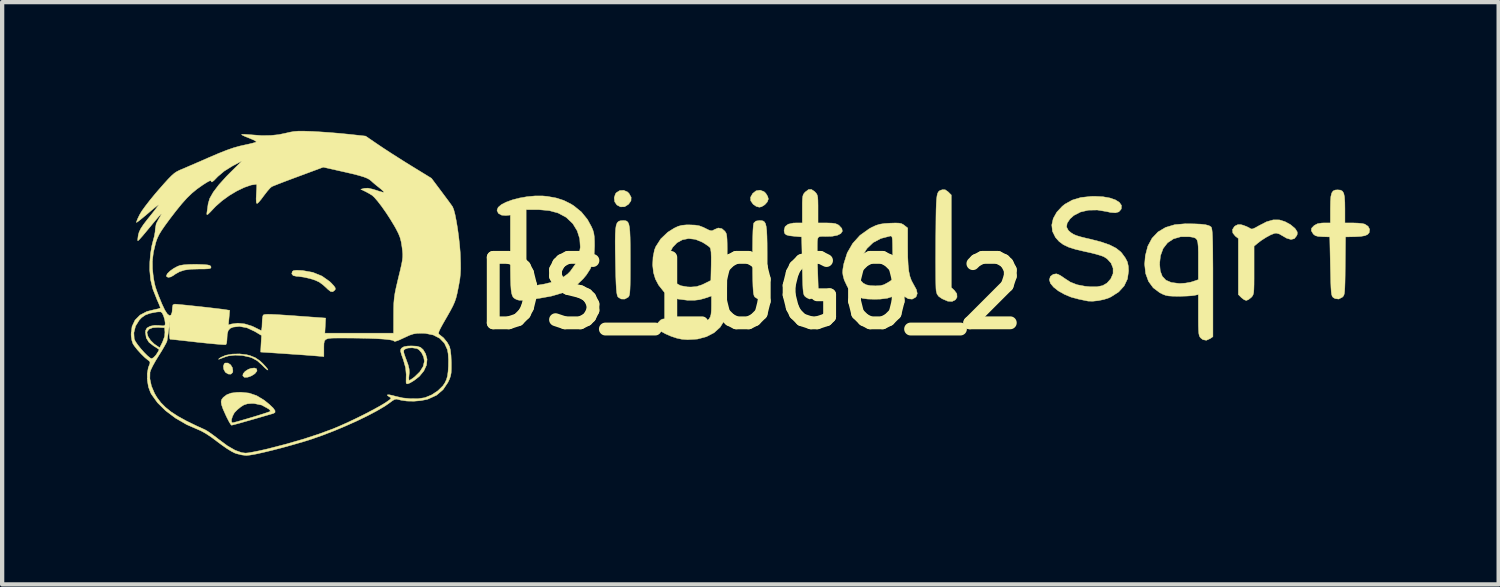
<source format=kicad_pcb>
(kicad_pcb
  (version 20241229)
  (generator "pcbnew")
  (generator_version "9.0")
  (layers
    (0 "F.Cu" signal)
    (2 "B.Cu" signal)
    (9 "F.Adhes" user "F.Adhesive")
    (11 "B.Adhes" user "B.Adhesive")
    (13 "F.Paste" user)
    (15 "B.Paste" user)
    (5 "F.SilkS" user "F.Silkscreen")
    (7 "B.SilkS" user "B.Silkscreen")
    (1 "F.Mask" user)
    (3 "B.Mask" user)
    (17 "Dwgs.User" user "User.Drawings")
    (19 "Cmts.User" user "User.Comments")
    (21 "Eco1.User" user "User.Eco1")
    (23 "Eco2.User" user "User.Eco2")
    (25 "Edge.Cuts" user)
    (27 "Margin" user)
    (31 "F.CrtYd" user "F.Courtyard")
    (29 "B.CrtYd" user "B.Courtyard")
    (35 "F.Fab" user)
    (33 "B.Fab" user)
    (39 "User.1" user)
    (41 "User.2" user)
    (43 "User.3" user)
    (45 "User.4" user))
  (footprint "DS_LOGO_2"
    (layer "F.Cu")
    (at 14.43 3.782)
    (property "Reference" "DS_LOGO_2" (at 0 0 0) (layer "F.SilkS") (effects (font (size 1.524 1.524) (thickness 0.3))))
    (attr through_hole)
    (fp_poly (pts (xy -12.167 1.627) (xy -12.107 1.668) (xy -12.065 1.735) (xy -12.053 1.812) (xy -12.061 1.848) (xy -12.1 1.885) (xy -12.16 1.884) (xy -12.222 1.847) (xy -12.23 1.839) (xy -12.266 1.774) (xy -12.275 1.702) (xy -12.256 1.644) (xy -12.233 1.626) (xy -12.167 1.627)) (stroke (width 0.01) (type solid)) (fill yes) (layer "F.SilkS"))
    (fp_poly (pts (xy -11.502 1.761) (xy -11.492 1.806) (xy -11.495 1.816) (xy -11.54 1.873) (xy -11.618 1.924) (xy -11.705 1.956) (xy -11.779 1.96) (xy -11.79 1.957) (xy -11.823 1.923) (xy -11.814 1.875) (xy -11.769 1.822) (xy -11.697 1.775) (xy -11.635 1.752) (xy -11.554 1.742) (xy -11.502 1.761)) (stroke (width 0.01) (type solid)) (fill yes) (layer "F.SilkS"))
    (fp_poly (pts (xy -2.86 -2.36) (xy -2.824 -2.325) (xy -2.774 -2.235) (xy -2.778 -2.154) (xy -2.835 -2.073) (xy -2.835 -2.073) (xy -2.926 -2.015) (xy -3.022 -2.012) (xy -3.106 -2.056) (xy -3.157 -2.13) (xy -3.169 -2.223) (xy -3.14 -2.314) (xy -3.119 -2.342) (xy -3.04 -2.392) (xy -2.947 -2.397) (xy -2.86 -2.36)) (stroke (width 0.01) (type solid)) (fill yes) (layer "F.SilkS"))
    (fp_poly (pts (xy 0.321 -2.367) (xy 0.365 -2.325) (xy 0.406 -2.257) (xy 0.423 -2.197) (xy 0.423 -2.196) (xy 0.399 -2.129) (xy 0.341 -2.063) (xy 0.266 -2.016) (xy 0.212 -2.004) (xy 0.141 -2.023) (xy 0.072 -2.071) (xy 0.069 -2.073) (xy 0.012 -2.154) (xy 0.008 -2.235) (xy 0.058 -2.324) (xy 0.058 -2.325) (xy 0.138 -2.387) (xy 0.231 -2.401) (xy 0.321 -2.367)) (stroke (width 0.01) (type solid)) (fill yes) (layer "F.SilkS"))
    (fp_poly (pts (xy -10.471 -0.531) (xy -10.432 -0.529) (xy -10.192 -0.486) (xy -9.978 -0.399) (xy -9.797 -0.271) (xy -9.764 -0.239) (xy -9.698 -0.168) (xy -9.668 -0.122) (xy -9.668 -0.089) (xy -9.679 -0.072) (xy -9.726 -0.035) (xy -9.776 -0.04) (xy -9.841 -0.091) (xy -9.865 -0.115) (xy -9.945 -0.188) (xy -10.032 -0.253) (xy -10.043 -0.26) (xy -10.135 -0.303) (xy -10.262 -0.343) (xy -10.401 -0.374) (xy -10.531 -0.392) (xy -10.573 -0.394) (xy -10.649 -0.411) (xy -10.682 -0.452) (xy -10.668 -0.508) (xy -10.639 -0.527) (xy -10.577 -0.535) (xy -10.471 -0.531)) (stroke (width 0.01) (type solid)) (fill yes) (layer "F.SilkS"))
    (fp_poly (pts (xy -11.731 1.434) (xy -11.656 1.453) (xy -11.531 1.503) (xy -11.424 1.576) (xy -11.356 1.64) (xy -11.291 1.71) (xy -11.248 1.764) (xy -11.236 1.791) (xy -11.236 1.791) (xy -11.261 1.779) (xy -11.312 1.736) (xy -11.376 1.672) (xy -11.487 1.572) (xy -11.605 1.508) (xy -11.659 1.489) (xy -11.828 1.452) (xy -12.001 1.443) (xy -12.158 1.461) (xy -12.22 1.479) (xy -12.303 1.51) (xy -12.371 1.536) (xy -12.375 1.537) (xy -12.39 1.537) (xy -12.361 1.513) (xy -12.333 1.494) (xy -12.217 1.445) (xy -12.066 1.418) (xy -11.898 1.414) (xy -11.731 1.434)) (stroke (width 0.01) (type solid)) (fill yes) (layer "F.SilkS"))
    (fp_poly (pts (xy -12.87 -0.672) (xy -12.735 -0.667) (xy -12.648 -0.66) (xy -12.596 -0.649) (xy -12.572 -0.632) (xy -12.564 -0.614) (xy -12.565 -0.592) (xy -12.584 -0.577) (xy -12.631 -0.569) (xy -12.715 -0.565) (xy -12.846 -0.564) (xy -12.85 -0.564) (xy -13.037 -0.559) (xy -13.181 -0.539) (xy -13.298 -0.501) (xy -13.399 -0.444) (xy -13.43 -0.42) (xy -13.5 -0.38) (xy -13.561 -0.369) (xy -13.598 -0.388) (xy -13.603 -0.407) (xy -13.58 -0.456) (xy -13.519 -0.516) (xy -13.435 -0.576) (xy -13.343 -0.626) (xy -13.283 -0.648) (xy -13.202 -0.661) (xy -13.084 -0.67) (xy -12.947 -0.673) (xy -12.87 -0.672)) (stroke (width 0.01) (type solid)) (fill yes) (layer "F.SilkS"))
    (fp_poly (pts (xy 4.542 -2.411) (xy 4.607 -2.366) (xy 4.614 -2.36) (xy 4.685 -2.289) (xy 4.685 -0.133) (xy 4.755 -0.068) (xy 4.814 0.012) (xy 4.819 0.092) (xy 4.782 0.153) (xy 4.704 0.192) (xy 4.601 0.185) (xy 4.479 0.132) (xy 4.468 0.126) (xy 4.392 0.074) (xy 4.353 0.02) (xy 4.333 -0.057) (xy 4.332 -0.064) (xy 4.328 -0.119) (xy 4.325 -0.223) (xy 4.323 -0.37) (xy 4.322 -0.552) (xy 4.321 -0.761) (xy 4.322 -0.992) (xy 4.323 -1.236) (xy 4.323 -1.248) (xy 4.326 -1.528) (xy 4.328 -1.758) (xy 4.331 -1.942) (xy 4.336 -2.085) (xy 4.343 -2.193) (xy 4.353 -2.272) (xy 4.367 -2.327) (xy 4.385 -2.362) (xy 4.409 -2.385) (xy 4.438 -2.399) (xy 4.474 -2.41) (xy 4.48 -2.412) (xy 4.542 -2.411)) (stroke (width 0.01) (type solid)) (fill yes) (layer "F.SilkS"))
    (fp_poly (pts (xy 0.261 -1.692) (xy 0.301 -1.683) (xy 0.332 -1.661) (xy 0.356 -1.621) (xy 0.372 -1.556) (xy 0.384 -1.462) (xy 0.39 -1.332) (xy 0.394 -1.161) (xy 0.395 -0.943) (xy 0.395 -0.76) (xy 0.395 -0.524) (xy 0.394 -0.338) (xy 0.392 -0.196) (xy 0.388 -0.091) (xy 0.383 -0.017) (xy 0.375 0.034) (xy 0.365 0.066) (xy 0.352 0.086) (xy 0.344 0.094) (xy 0.264 0.136) (xy 0.179 0.134) (xy 0.11 0.09) (xy 0.1 0.077) (xy 0.087 0.048) (xy 0.077 0.003) (xy 0.07 -0.066) (xy 0.064 -0.164) (xy 0.06 -0.298) (xy 0.057 -0.474) (xy 0.056 -0.699) (xy 0.056 -0.783) (xy 0.056 -1.061) (xy 0.059 -1.286) (xy 0.064 -1.456) (xy 0.072 -1.571) (xy 0.082 -1.631) (xy 0.084 -1.636) (xy 0.133 -1.681) (xy 0.211 -1.693) (xy 0.261 -1.692)) (stroke (width 0.01) (type solid)) (fill yes) (layer "F.SilkS"))
    (fp_poly (pts (xy -2.913 -1.691) (xy -2.878 -1.68) (xy -2.85 -1.654) (xy -2.829 -1.609) (xy -2.814 -1.538) (xy -2.804 -1.436) (xy -2.798 -1.297) (xy -2.795 -1.115) (xy -2.794 -0.885) (xy -2.794 -0.76) (xy -2.794 -0.524) (xy -2.795 -0.338) (xy -2.797 -0.196) (xy -2.801 -0.091) (xy -2.806 -0.017) (xy -2.814 0.034) (xy -2.824 0.066) (xy -2.837 0.086) (xy -2.846 0.094) (xy -2.924 0.136) (xy -3.008 0.135) (xy -3.075 0.093) (xy -3.087 0.078) (xy -3.099 0.045) (xy -3.11 -0.013) (xy -3.119 -0.101) (xy -3.126 -0.226) (xy -3.132 -0.392) (xy -3.137 -0.605) (xy -3.14 -0.764) (xy -3.145 -1.017) (xy -3.146 -1.22) (xy -3.143 -1.377) (xy -3.136 -1.495) (xy -3.123 -1.579) (xy -3.102 -1.636) (xy -3.073 -1.669) (xy -3.035 -1.686) (xy -2.986 -1.692) (xy -2.958 -1.693) (xy -2.913 -1.691)) (stroke (width 0.01) (type solid)) (fill yes) (layer "F.SilkS"))
    (fp_poly (pts (xy 12.329 -1.708) (xy 12.33 -1.708) (xy 12.46 -1.668) (xy 12.587 -1.599) (xy 12.688 -1.515) (xy 12.709 -1.49) (xy 12.746 -1.427) (xy 12.746 -1.374) (xy 12.734 -1.342) (xy 12.679 -1.272) (xy 12.6 -1.252) (xy 12.497 -1.283) (xy 12.425 -1.325) (xy 12.328 -1.381) (xy 12.256 -1.4) (xy 12.22 -1.396) (xy 12.131 -1.362) (xy 12.02 -1.302) (xy 11.905 -1.228) (xy 11.828 -1.169) (xy 11.74 -1.096) (xy 11.74 -0.532) (xy 11.74 -0.341) (xy 11.739 -0.198) (xy 11.736 -0.094) (xy 11.731 -0.023) (xy 11.721 0.025) (xy 11.707 0.057) (xy 11.688 0.083) (xy 11.671 0.1) (xy 11.612 0.147) (xy 11.56 0.169) (xy 11.557 0.169) (xy 11.508 0.151) (xy 11.448 0.105) (xy 11.443 0.1) (xy 11.374 0.031) (xy 11.374 -1.276) (xy 11.303 -1.331) (xy 11.245 -1.404) (xy 11.237 -1.482) (xy 11.281 -1.552) (xy 11.304 -1.57) (xy 11.365 -1.599) (xy 11.428 -1.599) (xy 11.481 -1.585) (xy 11.565 -1.554) (xy 11.633 -1.52) (xy 11.639 -1.515) (xy 11.674 -1.497) (xy 11.714 -1.5) (xy 11.774 -1.528) (xy 11.85 -1.571) (xy 12.03 -1.664) (xy 12.187 -1.709) (xy 12.329 -1.708)) (stroke (width 0.01) (type solid)) (fill yes) (layer "F.SilkS"))
    (fp_poly (pts (xy -7.768 1.235) (xy -7.684 1.26) (xy -7.622 1.314) (xy -7.567 1.405) (xy -7.564 1.41) (xy -7.529 1.538) (xy -7.543 1.675) (xy -7.605 1.811) (xy -7.71 1.938) (xy -7.822 2.026) (xy -7.919 2.086) (xy -7.979 2.112) (xy -8.01 2.106) (xy -8.018 2.081) (xy -8.018 2.035) (xy -8.017 1.953) (xy -8.015 1.896) (xy -8.029 1.739) (xy -8.081 1.554) (xy -8.088 1.534) (xy -8.126 1.428) (xy -8.144 1.361) (xy -8.144 1.36) (xy -8.076 1.36) (xy -8.063 1.414) (xy -8.032 1.503) (xy -8.013 1.552) (xy -7.969 1.674) (xy -7.947 1.766) (xy -7.943 1.848) (xy -7.948 1.898) (xy -7.955 1.975) (xy -7.951 2.024) (xy -7.945 2.032) (xy -7.913 2.016) (xy -7.853 1.975) (xy -7.816 1.946) (xy -7.698 1.831) (xy -7.621 1.708) (xy -7.592 1.588) (xy -7.592 1.58) (xy -7.61 1.483) (xy -7.656 1.388) (xy -7.718 1.316) (xy -7.768 1.288) (xy -7.876 1.272) (xy -7.977 1.278) (xy -8.049 1.305) (xy -8.05 1.305) (xy -8.07 1.328) (xy -8.076 1.36) (xy -8.144 1.36) (xy -8.146 1.32) (xy -8.132 1.291) (xy -8.117 1.275) (xy -8.067 1.246) (xy -7.983 1.231) (xy -7.891 1.228) (xy -7.768 1.235)) (stroke (width 0.01) (type solid)) (fill yes) (layer "F.SilkS"))
    (fp_poly (pts (xy -11.676 2.327) (xy -11.5 2.387) (xy -11.325 2.493) (xy -11.204 2.591) (xy -11.114 2.677) (xy -11.071 2.739) (xy -11.073 2.78) (xy -11.113 2.802) (xy -11.155 2.814) (xy -11.242 2.839) (xy -11.363 2.874) (xy -11.506 2.916) (xy -11.611 2.946) (xy -11.763 2.989) (xy -11.895 3.027) (xy -12 3.055) (xy -12.067 3.072) (xy -12.086 3.076) (xy -12.108 3.052) (xy -12.14 2.998) (xy -12.087 2.998) (xy -12.067 3.02) (xy -12.03 3.012) (xy -11.949 2.991) (xy -11.835 2.958) (xy -11.697 2.918) (xy -11.616 2.894) (xy -11.471 2.85) (xy -11.346 2.81) (xy -11.25 2.779) (xy -11.193 2.758) (xy -11.182 2.753) (xy -11.189 2.726) (xy -11.22 2.696) (xy -11.38 2.607) (xy -11.557 2.57) (xy -11.606 2.568) (xy -11.716 2.576) (xy -11.8 2.604) (xy -11.871 2.649) (xy -11.948 2.712) (xy -12.011 2.776) (xy -12.026 2.797) (xy -12.063 2.87) (xy -12.085 2.943) (xy -12.087 2.998) (xy -12.14 2.998) (xy -12.146 2.988) (xy -12.194 2.895) (xy -12.222 2.836) (xy -12.283 2.699) (xy -12.317 2.601) (xy -12.328 2.531) (xy -12.316 2.479) (xy -12.282 2.433) (xy -12.276 2.426) (xy -12.195 2.365) (xy -12.095 2.327) (xy -11.961 2.31) (xy -11.863 2.308) (xy -11.676 2.327)) (stroke (width 0.01) (type solid)) (fill yes) (layer "F.SilkS"))
    (fp_poly (pts (xy 13.753 -2.402) (xy 13.799 -2.378) (xy 13.829 -2.328) (xy 13.847 -2.244) (xy 13.855 -2.118) (xy 13.857 -1.97) (xy 13.857 -1.637) (xy 14.053 -1.637) (xy 14.163 -1.633) (xy 14.26 -1.623) (xy 14.319 -1.61) (xy 14.396 -1.559) (xy 14.433 -1.489) (xy 14.423 -1.414) (xy 14.422 -1.411) (xy 14.385 -1.369) (xy 14.323 -1.341) (xy 14.224 -1.324) (xy 14.081 -1.316) (xy 14.059 -1.316) (xy 13.871 -1.312) (xy 13.864 -0.635) (xy 13.862 -0.422) (xy 13.859 -0.258) (xy 13.855 -0.137) (xy 13.85 -0.05) (xy 13.843 0.009) (xy 13.832 0.047) (xy 13.818 0.071) (xy 13.8 0.089) (xy 13.798 0.092) (xy 13.712 0.136) (xy 13.628 0.125) (xy 13.587 0.101) (xy 13.57 0.085) (xy 13.557 0.061) (xy 13.546 0.021) (xy 13.538 -0.041) (xy 13.532 -0.132) (xy 13.527 -0.259) (xy 13.523 -0.43) (xy 13.518 -0.626) (xy 13.504 -1.312) (xy 13.336 -1.317) (xy 13.232 -1.324) (xy 13.167 -1.342) (xy 13.123 -1.376) (xy 13.117 -1.384) (xy 13.074 -1.456) (xy 13.08 -1.515) (xy 13.139 -1.576) (xy 13.141 -1.578) (xy 13.218 -1.619) (xy 13.321 -1.636) (xy 13.367 -1.637) (xy 13.518 -1.637) (xy 13.518 -1.97) (xy 13.521 -2.138) (xy 13.53 -2.257) (xy 13.55 -2.336) (xy 13.582 -2.382) (xy 13.631 -2.404) (xy 13.688 -2.408) (xy 13.753 -2.402)) (stroke (width 0.01) (type solid)) (fill yes) (layer "F.SilkS"))
    (fp_poly (pts (xy 1.499 -2.37) (xy 1.511 -2.358) (xy 1.541 -2.325) (xy 1.561 -2.288) (xy 1.573 -2.237) (xy 1.578 -2.159) (xy 1.58 -2.043) (xy 1.58 -1.963) (xy 1.58 -1.637) (xy 1.788 -1.637) (xy 1.908 -1.633) (xy 1.988 -1.621) (xy 2.046 -1.596) (xy 2.071 -1.578) (xy 2.135 -1.508) (xy 2.147 -1.444) (xy 2.11 -1.39) (xy 2.029 -1.35) (xy 1.908 -1.327) (xy 1.795 -1.324) (xy 1.688 -1.325) (xy 1.624 -1.321) (xy 1.591 -1.306) (xy 1.575 -1.278) (xy 1.569 -1.255) (xy 1.564 -1.205) (xy 1.562 -1.109) (xy 1.562 -0.975) (xy 1.564 -0.815) (xy 1.568 -0.636) (xy 1.57 -0.594) (xy 1.589 -0.006) (xy 1.515 0.068) (xy 1.442 0.126) (xy 1.379 0.135) (xy 1.308 0.098) (xy 1.294 0.087) (xy 1.273 0.069) (xy 1.257 0.047) (xy 1.245 0.015) (xy 1.236 -0.035) (xy 1.229 -0.11) (xy 1.224 -0.218) (xy 1.22 -0.364) (xy 1.215 -0.558) (xy 1.214 -0.64) (xy 1.199 -1.312) (xy 1.03 -1.327) (xy 0.912 -1.34) (xy 0.84 -1.36) (xy 0.803 -1.394) (xy 0.791 -1.447) (xy 0.79 -1.468) (xy 0.814 -1.553) (xy 0.885 -1.608) (xy 1.004 -1.635) (xy 1.065 -1.637) (xy 1.214 -1.637) (xy 1.214 -1.963) (xy 1.214 -2.104) (xy 1.218 -2.2) (xy 1.226 -2.264) (xy 1.241 -2.307) (xy 1.266 -2.34) (xy 1.283 -2.358) (xy 1.358 -2.415) (xy 1.425 -2.419) (xy 1.499 -2.37)) (stroke (width 0.01) (type solid)) (fill yes) (layer "F.SilkS"))
    (fp_poly (pts (xy 10.341 -1.616) (xy 10.5 -1.609) (xy 10.614 -1.595) (xy 10.691 -1.574) (xy 10.736 -1.546) (xy 10.742 -1.539) (xy 10.751 -1.517) (xy 10.759 -1.476) (xy 10.766 -1.413) (xy 10.771 -1.322) (xy 10.775 -1.199) (xy 10.778 -1.038) (xy 10.779 -0.836) (xy 10.781 -0.588) (xy 10.781 -0.288) (xy 10.781 -0.236) (xy 10.781 1.013) (xy 10.718 1.057) (xy 10.628 1.097) (xy 10.548 1.082) (xy 10.499 1.044) (xy 10.478 1.019) (xy 10.463 0.987) (xy 10.453 0.939) (xy 10.447 0.865) (xy 10.443 0.757) (xy 10.442 0.606) (xy 10.442 0.509) (xy 10.442 0.03) (xy 10.351 0.05) (xy 10.282 0.059) (xy 10.176 0.066) (xy 10.048 0.07) (xy 9.977 0.071) (xy 9.843 0.069) (xy 9.749 0.063) (xy 9.677 0.048) (xy 9.61 0.022) (xy 9.54 -0.014) (xy 9.39 -0.127) (xy 9.281 -0.276) (xy 9.214 -0.459) (xy 9.191 -0.671) (xy 9.192 -0.69) (xy 9.539 -0.69) (xy 9.554 -0.519) (xy 9.602 -0.392) (xy 9.687 -0.303) (xy 9.812 -0.25) (xy 9.983 -0.228) (xy 10.021 -0.227) (xy 10.14 -0.235) (xy 10.262 -0.257) (xy 10.31 -0.271) (xy 10.442 -0.316) (xy 10.442 -0.775) (xy 10.442 -0.957) (xy 10.438 -1.091) (xy 10.429 -1.184) (xy 10.41 -1.245) (xy 10.378 -1.281) (xy 10.331 -1.3) (xy 10.265 -1.312) (xy 10.226 -1.316) (xy 10.031 -1.316) (xy 9.862 -1.267) (xy 9.724 -1.175) (xy 9.621 -1.042) (xy 9.559 -0.873) (xy 9.539 -0.69) (xy 9.192 -0.69) (xy 9.206 -0.871) (xy 9.264 -1.096) (xy 9.363 -1.281) (xy 9.502 -1.428) (xy 9.678 -1.533) (xy 9.892 -1.597) (xy 10.132 -1.618) (xy 10.341 -1.616)) (stroke (width 0.01) (type solid)) (fill yes) (layer "F.SilkS"))
    (fp_poly (pts (xy -4.725 -2.256) (xy -4.518 -2.218) (xy -4.346 -2.163) (xy -4.189 -2.085) (xy -4.114 -2.039) (xy -3.935 -1.894) (xy -3.793 -1.719) (xy -3.701 -1.552) (xy -3.666 -1.473) (xy -3.645 -1.4) (xy -3.633 -1.317) (xy -3.628 -1.205) (xy -3.627 -1.101) (xy -3.637 -0.889) (xy -3.668 -0.716) (xy -3.727 -0.566) (xy -3.818 -0.425) (xy -3.892 -0.336) (xy -4.034 -0.2) (xy -4.199 -0.09) (xy -4.393 -0.003) (xy -4.624 0.065) (xy -4.901 0.116) (xy -4.994 0.128) (xy -5.149 0.148) (xy -5.259 0.16) (xy -5.334 0.165) (xy -5.385 0.163) (xy -5.423 0.154) (xy -5.459 0.139) (xy -5.465 0.136) (xy -5.497 0.117) (xy -5.524 0.092) (xy -5.544 0.053) (xy -5.56 -0.003) (xy -5.572 -0.084) (xy -5.579 -0.195) (xy -5.584 -0.342) (xy -5.587 -0.53) (xy -5.588 -0.765) (xy -5.588 -0.926) (xy -5.588 -1.822) (xy -5.696 -1.811) (xy -5.795 -1.82) (xy -5.867 -1.861) (xy -5.898 -1.926) (xy -5.898 -1.937) (xy -5.894 -1.947) (xy -5.221 -1.947) (xy -5.221 -0.169) (xy -5.125 -0.169) (xy -5.052 -0.175) (xy -4.945 -0.189) (xy -4.823 -0.209) (xy -4.796 -0.214) (xy -4.576 -0.269) (xy -4.4 -0.344) (xy -4.257 -0.445) (xy -4.193 -0.509) (xy -4.068 -0.684) (xy -3.99 -0.875) (xy -3.959 -1.073) (xy -3.972 -1.269) (xy -4.031 -1.454) (xy -4.133 -1.621) (xy -4.279 -1.76) (xy -4.298 -1.774) (xy -4.474 -1.868) (xy -4.681 -1.925) (xy -4.926 -1.947) (xy -4.972 -1.947) (xy -5.221 -1.947) (xy -5.894 -1.947) (xy -5.872 -2.002) (xy -5.797 -2.065) (xy -5.684 -2.123) (xy -5.541 -2.175) (xy -5.376 -2.218) (xy -5.199 -2.249) (xy -5.018 -2.266) (xy -4.842 -2.267) (xy -4.725 -2.256)) (stroke (width 0.01) (type solid)) (fill yes) (layer "F.SilkS"))
    (fp_poly (pts (xy 3.467 -1.633) (xy 3.523 -1.622) (xy 3.567 -1.599) (xy 3.591 -1.581) (xy 3.669 -1.52) (xy 3.669 -1.074) (xy 3.671 -0.844) (xy 3.68 -0.66) (xy 3.695 -0.514) (xy 3.72 -0.397) (xy 3.755 -0.299) (xy 3.802 -0.211) (xy 3.81 -0.197) (xy 3.873 -0.082) (xy 3.892 0.006) (xy 3.869 0.075) (xy 3.85 0.097) (xy 3.774 0.138) (xy 3.683 0.129) (xy 3.587 0.071) (xy 3.565 0.052) (xy 3.506 -0.002) (xy 3.47 -0.019) (xy 3.439 -0.006) (xy 3.422 0.008) (xy 3.324 0.074) (xy 3.197 0.116) (xy 3.032 0.137) (xy 2.901 0.14) (xy 2.743 0.136) (xy 2.627 0.121) (xy 2.537 0.094) (xy 2.526 0.088) (xy 2.385 -0.005) (xy 2.27 -0.141) (xy 2.192 -0.306) (xy 2.186 -0.326) (xy 2.163 -0.414) (xy 2.161 -0.428) (xy 2.519 -0.428) (xy 2.556 -0.32) (xy 2.569 -0.301) (xy 2.632 -0.235) (xy 2.704 -0.196) (xy 2.802 -0.176) (xy 2.919 -0.171) (xy 3.029 -0.176) (xy 3.115 -0.198) (xy 3.206 -0.247) (xy 3.223 -0.258) (xy 3.362 -0.347) (xy 3.341 -0.505) (xy 3.333 -0.599) (xy 3.326 -0.73) (xy 3.321 -0.88) (xy 3.319 -1.002) (xy 3.317 -1.145) (xy 3.314 -1.24) (xy 3.307 -1.297) (xy 3.296 -1.325) (xy 3.277 -1.333) (xy 3.26 -1.332) (xy 3.042 -1.275) (xy 2.864 -1.18) (xy 2.722 -1.044) (xy 2.63 -0.899) (xy 2.557 -0.726) (xy 2.52 -0.566) (xy 2.519 -0.428) (xy 2.161 -0.428) (xy 2.154 -0.486) (xy 2.16 -0.566) (xy 2.179 -0.674) (xy 2.183 -0.693) (xy 2.261 -0.94) (xy 2.388 -1.16) (xy 2.559 -1.349) (xy 2.773 -1.502) (xy 2.839 -1.538) (xy 2.933 -1.581) (xy 3.023 -1.608) (xy 3.129 -1.624) (xy 3.258 -1.632) (xy 3.383 -1.636) (xy 3.467 -1.633)) (stroke (width 0.01) (type solid)) (fill yes) (layer "F.SilkS"))
    (fp_poly (pts (xy 8.219 -2.248) (xy 8.382 -2.219) (xy 8.511 -2.174) (xy 8.602 -2.116) (xy 8.65 -2.047) (xy 8.647 -1.971) (xy 8.638 -1.951) (xy 8.588 -1.896) (xy 8.508 -1.874) (xy 8.393 -1.883) (xy 8.305 -1.903) (xy 8.087 -1.939) (xy 7.88 -1.935) (xy 7.695 -1.892) (xy 7.54 -1.812) (xy 7.452 -1.733) (xy 7.385 -1.633) (xy 7.371 -1.544) (xy 7.411 -1.466) (xy 7.429 -1.448) (xy 7.481 -1.405) (xy 7.536 -1.371) (xy 7.605 -1.342) (xy 7.701 -1.313) (xy 7.834 -1.28) (xy 7.924 -1.26) (xy 8.175 -1.195) (xy 8.374 -1.126) (xy 8.525 -1.049) (xy 8.632 -0.964) (xy 8.657 -0.936) (xy 8.739 -0.824) (xy 8.788 -0.73) (xy 8.81 -0.631) (xy 8.816 -0.52) (xy 8.79 -0.333) (xy 8.713 -0.17) (xy 8.586 -0.031) (xy 8.409 0.083) (xy 8.352 0.11) (xy 8.244 0.145) (xy 8.114 0.172) (xy 7.985 0.186) (xy 7.88 0.184) (xy 7.86 0.181) (xy 7.801 0.169) (xy 7.711 0.15) (xy 7.648 0.137) (xy 7.477 0.091) (xy 7.318 0.024) (xy 7.179 -0.055) (xy 7.069 -0.142) (xy 6.996 -0.23) (xy 6.971 -0.313) (xy 6.995 -0.392) (xy 7.062 -0.44) (xy 7.134 -0.452) (xy 7.185 -0.435) (xy 7.259 -0.392) (xy 7.313 -0.354) (xy 7.457 -0.26) (xy 7.614 -0.198) (xy 7.802 -0.162) (xy 7.916 -0.151) (xy 8.084 -0.151) (xy 8.212 -0.177) (xy 8.312 -0.235) (xy 8.396 -0.329) (xy 8.403 -0.339) (xy 8.455 -0.459) (xy 8.455 -0.583) (xy 8.408 -0.701) (xy 8.316 -0.802) (xy 8.24 -0.851) (xy 8.174 -0.876) (xy 8.067 -0.908) (xy 7.934 -0.942) (xy 7.791 -0.973) (xy 7.582 -1.022) (xy 7.42 -1.073) (xy 7.295 -1.133) (xy 7.197 -1.206) (xy 7.116 -1.297) (xy 7.111 -1.304) (xy 7.043 -1.442) (xy 7.027 -1.59) (xy 7.061 -1.741) (xy 7.143 -1.888) (xy 7.271 -2.025) (xy 7.335 -2.076) (xy 7.504 -2.17) (xy 7.704 -2.23) (xy 7.942 -2.256) (xy 8.028 -2.258) (xy 8.219 -2.248)) (stroke (width 0.01) (type solid)) (fill yes) (layer "F.SilkS"))
    (fp_poly (pts (xy -1.282 -1.587) (xy -1.184 -1.57) (xy -1.092 -1.535) (xy -1.05 -1.514) (xy -0.965 -1.472) (xy -0.911 -1.455) (xy -0.873 -1.461) (xy -0.839 -1.481) (xy -0.745 -1.52) (xy -0.659 -1.504) (xy -0.592 -1.446) (xy -0.576 -1.424) (xy -0.562 -1.4) (xy -0.552 -1.367) (xy -0.545 -1.32) (xy -0.54 -1.253) (xy -0.537 -1.16) (xy -0.536 -1.033) (xy -0.537 -0.868) (xy -0.539 -0.659) (xy -0.542 -0.423) (xy -0.545 -0.161) (xy -0.549 0.05) (xy -0.553 0.218) (xy -0.558 0.348) (xy -0.564 0.446) (xy -0.572 0.52) (xy -0.582 0.574) (xy -0.595 0.615) (xy -0.602 0.635) (xy -0.702 0.794) (xy -0.843 0.921) (xy -1.021 1.013) (xy -1.227 1.068) (xy -1.457 1.082) (xy -1.598 1.071) (xy -1.714 1.046) (xy -1.843 1.003) (xy -1.968 0.949) (xy -2.072 0.892) (xy -2.14 0.839) (xy -2.142 0.836) (xy -2.169 0.765) (xy -2.15 0.689) (xy -2.089 0.626) (xy -2.083 0.622) (xy -2.037 0.601) (xy -1.995 0.598) (xy -1.939 0.615) (xy -1.851 0.657) (xy -1.843 0.661) (xy -1.675 0.724) (xy -1.499 0.756) (xy -1.326 0.757) (xy -1.169 0.728) (xy -1.039 0.671) (xy -0.96 0.601) (xy -0.93 0.552) (xy -0.913 0.49) (xy -0.905 0.399) (xy -0.903 0.296) (xy -0.903 0.064) (xy -1.065 0.119) (xy -1.179 0.15) (xy -1.298 0.164) (xy -1.446 0.164) (xy -1.468 0.163) (xy -1.686 0.135) (xy -1.866 0.07) (xy -2.013 -0.037) (xy -2.135 -0.191) (xy -2.209 -0.332) (xy -2.254 -0.482) (xy -2.273 -0.659) (xy -2.267 -0.773) (xy -1.913 -0.773) (xy -1.907 -0.592) (xy -1.881 -0.475) (xy -1.823 -0.335) (xy -1.738 -0.237) (xy -1.62 -0.175) (xy -1.462 -0.147) (xy -1.383 -0.144) (xy -1.252 -0.154) (xy -1.126 -0.195) (xy -1.072 -0.22) (xy -0.917 -0.298) (xy -0.909 -0.66) (xy -0.908 -0.834) (xy -0.912 -0.956) (xy -0.923 -1.032) (xy -0.936 -1.064) (xy -0.979 -1.101) (xy -1.053 -1.151) (xy -1.113 -1.188) (xy -1.279 -1.256) (xy -1.436 -1.274) (xy -1.581 -1.245) (xy -1.706 -1.176) (xy -1.807 -1.071) (xy -1.877 -0.935) (xy -1.913 -0.773) (xy -2.267 -0.773) (xy -2.264 -0.842) (xy -2.23 -1.01) (xy -2.2 -1.085) (xy -2.083 -1.267) (xy -1.921 -1.421) (xy -1.772 -1.515) (xy -1.679 -1.559) (xy -1.593 -1.582) (xy -1.489 -1.592) (xy -1.411 -1.592) (xy -1.282 -1.587)) (stroke (width 0.01) (type solid)) (fill yes) (layer "F.SilkS"))
    (fp_poly (pts (xy -10.264 -3.772) (xy -10.202 -3.77) (xy -10.017 -3.759) (xy -9.801 -3.744) (xy -9.583 -3.726) (xy -9.388 -3.707) (xy -9.384 -3.707) (xy -8.961 -3.661) (xy -8.664 -3.458) (xy -8.54 -3.375) (xy -8.382 -3.272) (xy -8.205 -3.159) (xy -8.026 -3.046) (xy -7.898 -2.967) (xy -7.427 -2.678) (xy -7.19 -2.362) (xy -7.103 -2.245) (xy -7.027 -2.143) (xy -6.97 -2.064) (xy -6.938 -2.019) (xy -6.934 -2.013) (xy -6.907 -1.945) (xy -6.877 -1.831) (xy -6.848 -1.683) (xy -6.819 -1.511) (xy -6.794 -1.327) (xy -6.773 -1.14) (xy -6.758 -0.964) (xy -6.754 -0.884) (xy -6.748 -0.705) (xy -6.747 -0.565) (xy -6.753 -0.446) (xy -6.765 -0.332) (xy -6.787 -0.205) (xy -6.802 -0.126) (xy -6.829 0.007) (xy -6.855 0.112) (xy -6.887 0.205) (xy -6.929 0.299) (xy -6.988 0.411) (xy -7.069 0.554) (xy -7.079 0.571) (xy -7.16 0.712) (xy -7.215 0.813) (xy -7.248 0.881) (xy -7.261 0.924) (xy -7.258 0.949) (xy -7.242 0.965) (xy -7.238 0.967) (xy -7.146 1.04) (xy -7.061 1.144) (xy -7.008 1.238) (xy -6.986 1.323) (xy -6.971 1.453) (xy -6.964 1.617) (xy -6.964 1.622) (xy -6.964 1.758) (xy -6.968 1.855) (xy -6.982 1.929) (xy -7.006 1.999) (xy -7.043 2.078) (xy -7.157 2.247) (xy -7.308 2.376) (xy -7.5 2.464) (xy -7.53 2.474) (xy -7.672 2.502) (xy -7.835 2.516) (xy -7.997 2.513) (xy -8.135 2.493) (xy -8.173 2.483) (xy -8.237 2.467) (xy -8.286 2.474) (xy -8.345 2.511) (xy -8.375 2.534) (xy -8.513 2.631) (xy -8.697 2.739) (xy -8.916 2.855) (xy -9.161 2.974) (xy -9.424 3.092) (xy -9.695 3.206) (xy -9.965 3.31) (xy -10.225 3.401) (xy -10.386 3.452) (xy -10.648 3.528) (xy -10.899 3.598) (xy -11.132 3.658) (xy -11.339 3.708) (xy -11.515 3.747) (xy -11.651 3.771) (xy -11.74 3.78) (xy -11.746 3.78) (xy -11.847 3.768) (xy -11.961 3.74) (xy -12.009 3.724) (xy -12.088 3.684) (xy -12.196 3.617) (xy -12.316 3.533) (xy -12.418 3.457) (xy -12.554 3.355) (xy -12.684 3.269) (xy -12.796 3.207) (xy -12.841 3.187) (xy -13.13 3.061) (xy -13.392 2.909) (xy -13.621 2.737) (xy -13.81 2.551) (xy -13.95 2.356) (xy -13.972 2.317) (xy -14.021 2.184) (xy -14.047 2.028) (xy -14.047 1.992) (xy -13.988 1.992) (xy -13.952 2.162) (xy -13.878 2.336) (xy -13.822 2.43) (xy -13.733 2.549) (xy -13.625 2.658) (xy -13.494 2.764) (xy -13.332 2.869) (xy -13.134 2.978) (xy -12.891 3.096) (xy -12.705 3.18) (xy -12.643 3.216) (xy -12.552 3.278) (xy -12.447 3.356) (xy -12.382 3.407) (xy -12.178 3.558) (xy -12 3.66) (xy -11.846 3.715) (xy -11.758 3.725) (xy -11.691 3.719) (xy -11.583 3.7) (xy -11.447 3.673) (xy -11.295 3.639) (xy -11.236 3.625) (xy -10.811 3.515) (xy -10.413 3.4) (xy -10.049 3.281) (xy -9.728 3.163) (xy -9.61 3.114) (xy -9.411 3.026) (xy -9.203 2.928) (xy -8.996 2.826) (xy -8.803 2.725) (xy -8.635 2.633) (xy -8.503 2.554) (xy -8.47 2.532) (xy -8.4 2.482) (xy -8.371 2.453) (xy -8.377 2.433) (xy -8.407 2.415) (xy -8.454 2.383) (xy -8.452 2.367) (xy -8.408 2.367) (xy -8.327 2.384) (xy -8.26 2.403) (xy -8.096 2.44) (xy -7.914 2.458) (xy -7.737 2.457) (xy -7.587 2.435) (xy -7.573 2.431) (xy -7.42 2.368) (xy -7.276 2.272) (xy -7.16 2.158) (xy -7.113 2.088) (xy -7.077 2.011) (xy -7.053 1.927) (xy -7.039 1.819) (xy -7.032 1.699) (xy -7.03 1.546) (xy -7.038 1.412) (xy -7.055 1.315) (xy -7.124 1.165) (xy -7.235 1.05) (xy -7.385 0.973) (xy -7.573 0.935) (xy -7.656 0.932) (xy -7.761 0.935) (xy -7.848 0.949) (xy -7.938 0.979) (xy -8.053 1.032) (xy -8.073 1.041) (xy -8.185 1.093) (xy -8.262 1.12) (xy -8.296 1.12) (xy -8.297 1.116) (xy -8.325 1.099) (xy -8.404 1.084) (xy -8.532 1.07) (xy -8.702 1.059) (xy -8.912 1.051) (xy -9.156 1.046) (xy -9.43 1.044) (xy -9.441 1.044) (xy -9.619 1.044) (xy -9.748 1.046) (xy -9.836 1.056) (xy -9.89 1.077) (xy -9.92 1.113) (xy -9.932 1.17) (xy -9.934 1.251) (xy -9.934 1.324) (xy -9.934 1.476) (xy -10.139 1.459) (xy -10.235 1.452) (xy -10.373 1.441) (xy -10.54 1.429) (xy -10.723 1.417) (xy -10.875 1.406) (xy -11.407 1.371) (xy -11.397 1.178) (xy -11.386 0.985) (xy -11.542 0.891) (xy -11.726 0.805) (xy -11.902 0.773) (xy -12.049 0.79) (xy -12.119 0.82) (xy -12.163 0.871) (xy -12.185 0.955) (xy -12.192 1.082) (xy -12.192 1.088) (xy -12.199 1.157) (xy -12.215 1.196) (xy -12.217 1.197) (xy -12.251 1.199) (xy -12.333 1.194) (xy -12.454 1.184) (xy -12.606 1.17) (xy -12.781 1.152) (xy -12.868 1.143) (xy -13.05 1.122) (xy -13.214 1.104) (xy -13.35 1.089) (xy -13.451 1.079) (xy -13.507 1.073) (xy -13.517 1.072) (xy -13.526 1.047) (xy -13.532 0.978) (xy -13.531 0.882) (xy -13.53 0.868) (xy -13.522 0.663) (xy -13.55 0.861) (xy -13.566 0.968) (xy -13.58 1.06) (xy -13.589 1.115) (xy -13.609 1.161) (xy -13.653 1.241) (xy -13.714 1.346) (xy -13.783 1.456) (xy -13.857 1.577) (xy -13.921 1.692) (xy -13.966 1.786) (xy -13.985 1.841) (xy -13.988 1.992) (xy -14.047 1.992) (xy -14.049 1.872) (xy -14.025 1.737) (xy -14.015 1.71) (xy -13.988 1.64) (xy -13.986 1.601) (xy -14.011 1.572) (xy -14.033 1.557) (xy -14.105 1.498) (xy -14.193 1.412) (xy -14.28 1.316) (xy -14.35 1.227) (xy -14.382 1.178) (xy -14.407 1.103) (xy -14.423 1.002) (xy -14.425 0.949) (xy -14.422 0.922) (xy -14.361 0.922) (xy -14.353 1.064) (xy -14.326 1.123) (xy -14.271 1.203) (xy -14.199 1.293) (xy -14.12 1.382) (xy -14.044 1.458) (xy -13.981 1.509) (xy -13.947 1.524) (xy -13.903 1.501) (xy -13.851 1.446) (xy -13.836 1.425) (xy -13.796 1.362) (xy -13.774 1.321) (xy -13.772 1.315) (xy -13.795 1.296) (xy -13.851 1.258) (xy -13.893 1.233) (xy -14.008 1.145) (xy -14.072 1.042) (xy -14.089 0.923) (xy -14.055 0.923) (xy -14.032 1.006) (xy -13.973 1.098) (xy -13.889 1.181) (xy -13.864 1.199) (xy -13.759 1.27) (xy -13.694 1.141) (xy -13.644 1.005) (xy -13.637 0.908) (xy -13.645 0.804) (xy -13.797 0.796) (xy -13.92 0.803) (xy -14.007 0.837) (xy -14.051 0.895) (xy -14.055 0.923) (xy -14.089 0.923) (xy -14.09 0.914) (xy -14.087 0.869) (xy -14.056 0.811) (xy -13.982 0.769) (xy -13.88 0.748) (xy -13.772 0.751) (xy -13.689 0.76) (xy -13.647 0.756) (xy -13.633 0.732) (xy -13.631 0.694) (xy -13.642 0.616) (xy -13.669 0.528) (xy -13.672 0.521) (xy -13.702 0.46) (xy -13.734 0.434) (xy -13.792 0.434) (xy -13.835 0.439) (xy -13.983 0.467) (xy -14.092 0.507) (xy -14.179 0.567) (xy -14.236 0.627) (xy -14.322 0.766) (xy -14.361 0.922) (xy -14.422 0.922) (xy -14.403 0.773) (xy -14.333 0.626) (xy -14.217 0.509) (xy -14.058 0.426) (xy -13.873 0.38) (xy -13.797 0.364) (xy -13.751 0.347) (xy -13.744 0.339) (xy -13.755 0.305) (xy -13.784 0.234) (xy -13.825 0.141) (xy -13.829 0.13) (xy -13.919 -0.097) (xy -13.971 -0.313) (xy -13.992 -0.54) (xy -13.989 -0.734) (xy -13.986 -0.764) (xy -13.929 -0.764) (xy -13.927 -0.568) (xy -13.914 -0.44) (xy -13.899 -0.33) (xy -13.882 -0.238) (xy -13.86 -0.149) (xy -13.827 -0.051) (xy -13.781 0.07) (xy -13.716 0.228) (xy -13.706 0.253) (xy -13.64 0.392) (xy -13.582 0.482) (xy -13.533 0.521) (xy -13.495 0.508) (xy -13.471 0.443) (xy -13.462 0.332) (xy -13.451 0.272) (xy -13.411 0.254) (xy -13.408 0.254) (xy -13.361 0.257) (xy -13.27 0.266) (xy -13.145 0.278) (xy -12.996 0.294) (xy -12.834 0.311) (xy -12.671 0.329) (xy -12.517 0.347) (xy -12.384 0.363) (xy -12.281 0.375) (xy -12.224 0.384) (xy -12.128 0.399) (xy -12.143 0.569) (xy -12.159 0.739) (xy -12.084 0.717) (xy -11.94 0.698) (xy -11.776 0.715) (xy -11.614 0.765) (xy -11.571 0.784) (xy -11.486 0.826) (xy -11.421 0.858) (xy -11.395 0.87) (xy -11.384 0.85) (xy -11.376 0.788) (xy -11.373 0.715) (xy -11.369 0.619) (xy -11.359 0.543) (xy -11.349 0.513) (xy -11.333 0.501) (xy -11.299 0.494) (xy -11.239 0.491) (xy -11.149 0.493) (xy -11.021 0.499) (xy -10.85 0.51) (xy -10.629 0.525) (xy -10.608 0.527) (xy -9.892 0.579) (xy -9.911 0.931) (xy -8.31 0.931) (xy -8.309 0.515) (xy -8.308 0.355) (xy -8.304 0.227) (xy -8.294 0.115) (xy -8.278 0.004) (xy -8.252 -0.124) (xy -8.215 -0.283) (xy -8.195 -0.368) (xy -8.153 -0.539) (xy -8.124 -0.667) (xy -8.106 -0.764) (xy -8.097 -0.842) (xy -8.096 -0.912) (xy -8.102 -0.985) (xy -8.113 -1.075) (xy -8.132 -1.196) (xy -8.158 -1.295) (xy -8.196 -1.391) (xy -8.255 -1.506) (xy -8.295 -1.576) (xy -8.387 -1.728) (xy -8.486 -1.88) (xy -8.586 -2.022) (xy -8.679 -2.143) (xy -8.758 -2.234) (xy -8.808 -2.28) (xy -8.875 -2.321) (xy -8.959 -2.367) (xy -8.972 -2.373) (xy -9.073 -2.422) (xy -8.989 -2.444) (xy -8.906 -2.448) (xy -8.791 -2.423) (xy -8.725 -2.402) (xy -8.633 -2.372) (xy -8.564 -2.354) (xy -8.533 -2.351) (xy -8.533 -2.351) (xy -8.546 -2.374) (xy -8.594 -2.419) (xy -8.642 -2.458) (xy -8.726 -2.525) (xy -8.802 -2.59) (xy -8.83 -2.616) (xy -8.871 -2.649) (xy -8.926 -2.679) (xy -9.002 -2.709) (xy -9.107 -2.741) (xy -9.248 -2.778) (xy -9.434 -2.821) (xy -9.563 -2.85) (xy -9.948 -2.937) (xy -10.522 -2.724) (xy -10.694 -2.66) (xy -10.851 -2.601) (xy -10.983 -2.55) (xy -11.082 -2.511) (xy -11.14 -2.487) (xy -11.149 -2.483) (xy -11.19 -2.447) (xy -11.251 -2.378) (xy -11.319 -2.29) (xy -11.333 -2.272) (xy -11.397 -2.186) (xy -11.452 -2.121) (xy -11.488 -2.09) (xy -11.493 -2.088) (xy -11.508 -2.116) (xy -11.512 -2.198) (xy -11.507 -2.314) (xy -11.501 -2.419) (xy -11.498 -2.498) (xy -11.498 -2.538) (xy -11.499 -2.54) (xy -11.631 -2.52) (xy -11.789 -2.465) (xy -11.962 -2.382) (xy -12.139 -2.276) (xy -12.306 -2.155) (xy -12.454 -2.025) (xy -12.495 -1.982) (xy -12.577 -1.895) (xy -12.628 -1.845) (xy -12.654 -1.829) (xy -12.662 -1.842) (xy -12.659 -1.877) (xy -12.647 -1.961) (xy -12.633 -2.062) (xy -12.63 -2.084) (xy -12.593 -2.209) (xy -12.51 -2.355) (xy -12.382 -2.524) (xy -12.206 -2.719) (xy -12.112 -2.814) (xy -11.839 -3.083) (xy -12.065 -2.964) (xy -12.253 -2.847) (xy -12.405 -2.719) (xy -12.424 -2.699) (xy -12.498 -2.623) (xy -12.542 -2.591) (xy -12.558 -2.602) (xy -12.558 -2.604) (xy -12.567 -2.622) (xy -12.598 -2.617) (xy -12.66 -2.584) (xy -12.759 -2.521) (xy -12.761 -2.519) (xy -12.89 -2.428) (xy -13.008 -2.331) (xy -13.124 -2.219) (xy -13.245 -2.084) (xy -13.381 -1.917) (xy -13.52 -1.736) (xy -13.631 -1.585) (xy -13.712 -1.468) (xy -13.771 -1.372) (xy -13.812 -1.288) (xy -13.843 -1.204) (xy -13.853 -1.171) (xy -13.905 -0.957) (xy -13.929 -0.764) (xy -13.986 -0.764) (xy -13.972 -0.927) (xy -13.943 -1.102) (xy -13.915 -1.214) (xy -13.885 -1.324) (xy -13.866 -1.429) (xy -13.862 -1.496) (xy -13.841 -1.617) (xy -13.789 -1.717) (xy -13.747 -1.788) (xy -13.723 -1.837) (xy -13.721 -1.849) (xy -13.741 -1.831) (xy -13.79 -1.777) (xy -13.861 -1.694) (xy -13.948 -1.589) (xy -13.994 -1.533) (xy -14.087 -1.421) (xy -14.167 -1.326) (xy -14.228 -1.258) (xy -14.263 -1.223) (xy -14.269 -1.221) (xy -14.271 -1.253) (xy -14.263 -1.321) (xy -14.257 -1.36) (xy -14.237 -1.429) (xy -14.2 -1.504) (xy -14.139 -1.597) (xy -14.048 -1.716) (xy -14.001 -1.774) (xy -13.917 -1.88) (xy -13.848 -1.968) (xy -13.802 -2.031) (xy -13.785 -2.059) (xy -13.785 -2.06) (xy -13.812 -2.043) (xy -13.872 -1.996) (xy -13.956 -1.926) (xy -14.046 -1.849) (xy -14.144 -1.767) (xy -14.225 -1.701) (xy -14.28 -1.66) (xy -14.302 -1.649) (xy -14.295 -1.677) (xy -14.269 -1.742) (xy -14.227 -1.829) (xy -14.226 -1.83) (xy -14.176 -1.914) (xy -14.093 -2.029) (xy -13.987 -2.166) (xy -13.864 -2.316) (xy -13.788 -2.404) (xy -13.66 -2.55) (xy -13.56 -2.66) (xy -13.482 -2.739) (xy -13.418 -2.795) (xy -13.361 -2.833) (xy -13.304 -2.862) (xy -13.287 -2.87) (xy -13.214 -2.9) (xy -13.101 -2.949) (xy -12.957 -3.011) (xy -12.795 -3.081) (xy -12.625 -3.156) (xy -12.615 -3.16) (xy -12.386 -3.258) (xy -12.197 -3.333) (xy -12.035 -3.389) (xy -11.891 -3.429) (xy -11.811 -3.447) (xy -11.691 -3.473) (xy -11.592 -3.497) (xy -11.526 -3.516) (xy -11.508 -3.525) (xy -11.522 -3.543) (xy -11.577 -3.574) (xy -11.662 -3.61) (xy -11.67 -3.613) (xy -11.761 -3.649) (xy -11.827 -3.679) (xy -11.853 -3.697) (xy -11.853 -3.697) (xy -11.828 -3.702) (xy -11.76 -3.701) (xy -11.664 -3.694) (xy -11.649 -3.693) (xy -11.395 -3.674) (xy -11.179 -3.675) (xy -10.986 -3.695) (xy -10.828 -3.728) (xy -10.725 -3.752) (xy -10.633 -3.768) (xy -10.535 -3.776) (xy -10.418 -3.777) (xy -10.264 -3.772)) (stroke (width 0.01) (type solid)) (fill yes) (layer "F.SilkS")))
  (gr_rect
    (start -3 -3)
    (end 31.869 10.567)
    (stroke (width 0.1) (type default))
    (fill no)
    (layer "Edge.Cuts")))
</source>
